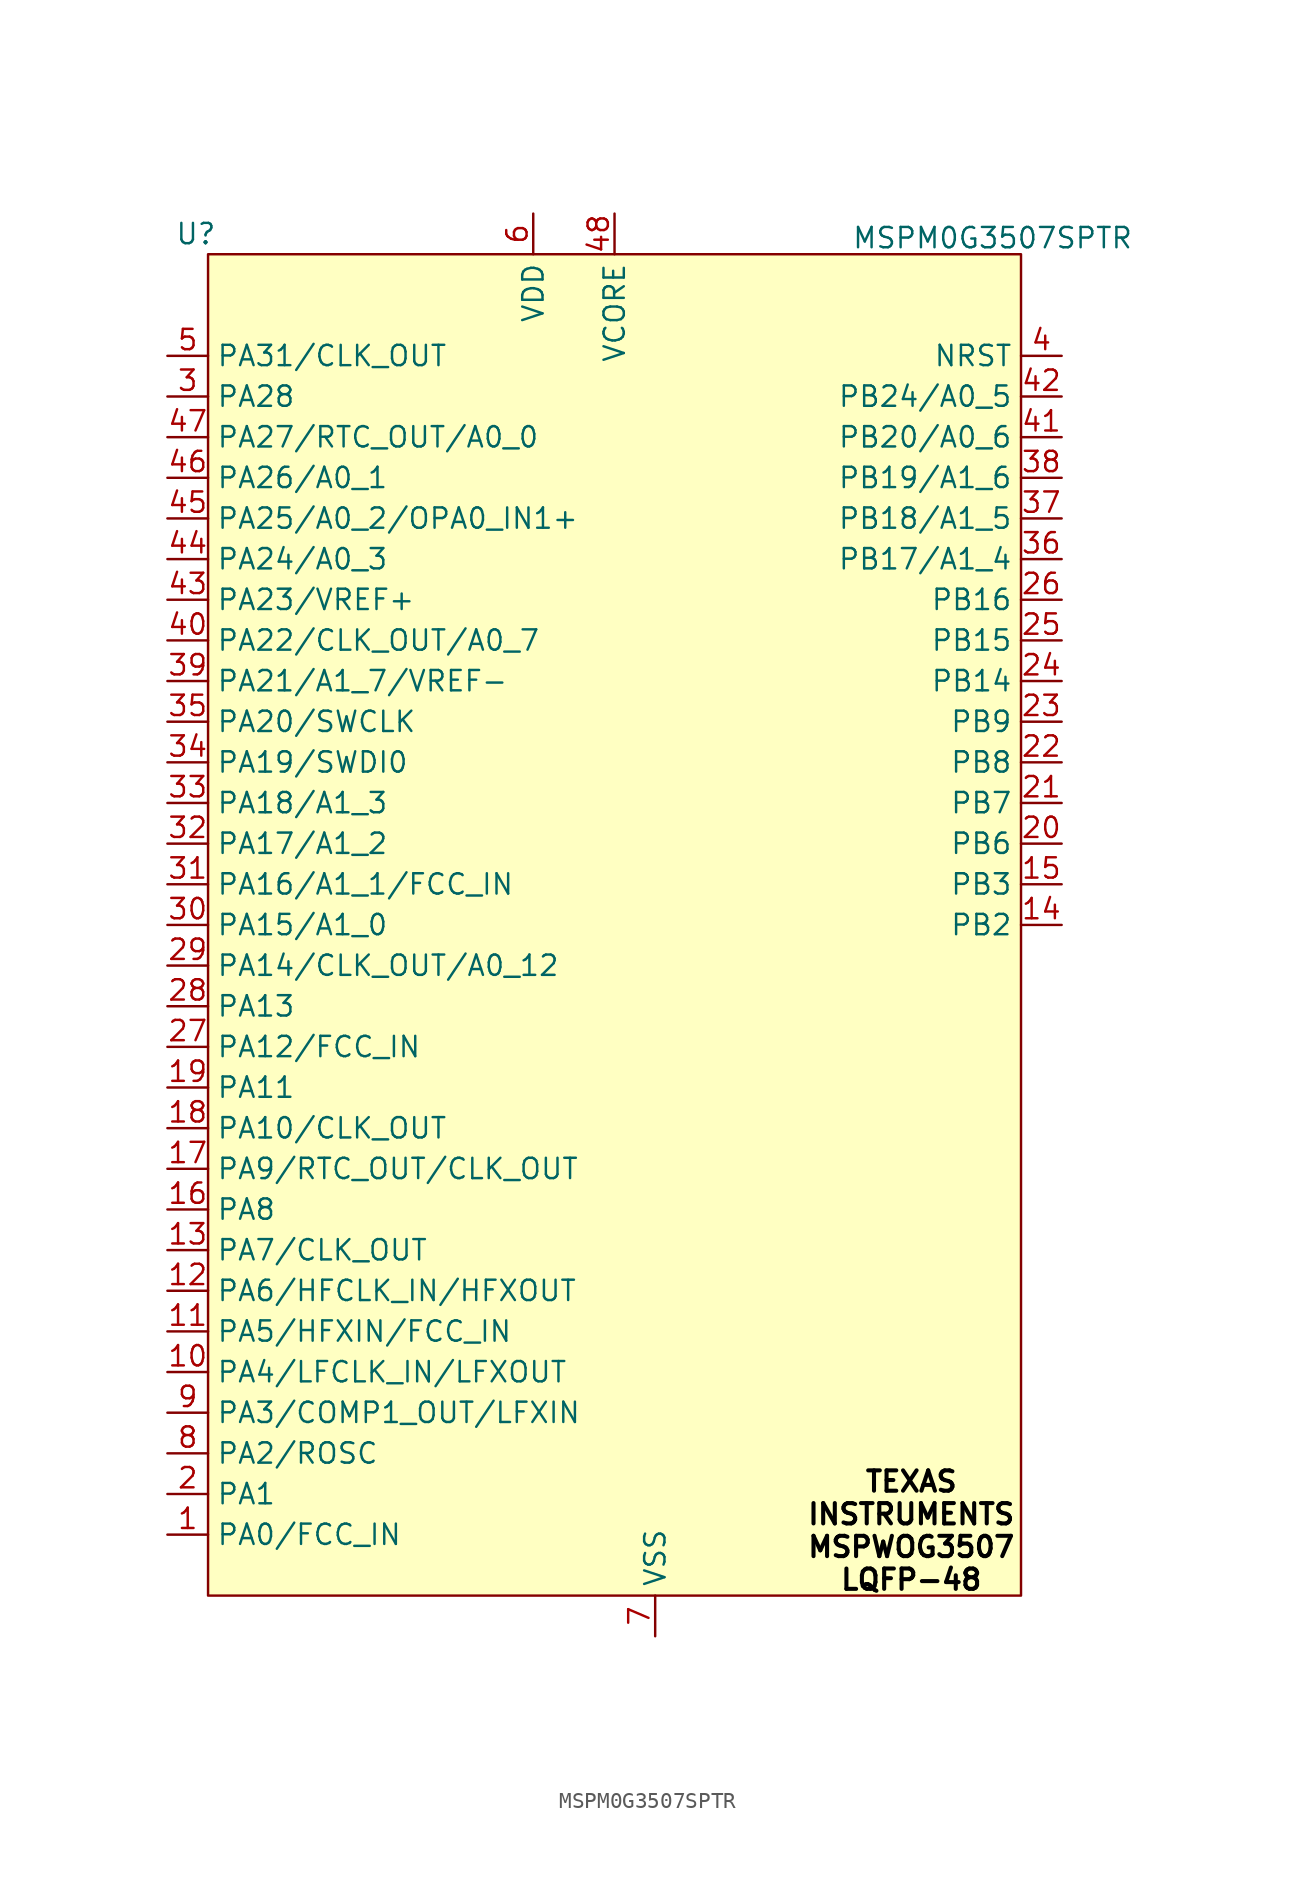
<source format=kicad_sym>
(kicad_symbol_lib
  (version 20241209)
  (generator "kicad_symbol_editor")
  (generator_version "9.0")
  (symbol "MSPM0G3507SPTR"
    (property "Reference" "U"
      (at -0.762 1.27 0)
      (effects (font (size 1.27 1.27))))
    (property "Value" "MSPM0G3507SPTR"
      (at 49.022 1.016 0)
      (effects (font (size 1.27 1.27))))
    (symbol "MSPM0G3507SPTR_0_0"
      (pin bidirectional line (at -2.54 -6.35 0) (length 2.54) (name "PA31/CLK_OUT" (effects (font (size 1.27 1.27)))) (number "5" (effects (font (size 1.27 1.27)))))
      (pin bidirectional line (at -2.54 -8.89 0) (length 2.54) (name "PA28" (effects (font (size 1.27 1.27)))) (number "3" (effects (font (size 1.27 1.27)))))
      (pin bidirectional line (at -2.54 -11.43 0) (length 2.54) (name "PA27/RTC_OUT/A0_0" (effects (font (size 1.27 1.27)))) (number "47" (effects (font (size 1.27 1.27)))))
      (pin bidirectional line (at -2.54 -13.97 0) (length 2.54) (name "PA26/A0_1" (effects (font (size 1.27 1.27)))) (number "46" (effects (font (size 1.27 1.27)))))
      (pin bidirectional line (at -2.54 -16.51 0) (length 2.54) (name "PA25/A0_2/OPA0_IN1+" (effects (font (size 1.27 1.27)))) (number "45" (effects (font (size 1.27 1.27)))))
      (pin bidirectional line (at -2.54 -19.05 0) (length 2.54) (name "PA24/A0_3" (effects (font (size 1.27 1.27)))) (number "44" (effects (font (size 1.27 1.27)))))
      (pin bidirectional line (at -2.54 -21.59 0) (length 2.54) (name "PA23/VREF+" (effects (font (size 1.27 1.27)))) (number "43" (effects (font (size 1.27 1.27)))))
      (pin bidirectional line (at -2.54 -24.13 0) (length 2.54) (name "PA22/CLK_OUT/A0_7" (effects (font (size 1.27 1.27)))) (number "40" (effects (font (size 1.27 1.27)))))
      (pin bidirectional line (at -2.54 -26.67 0) (length 2.54) (name "PA21/A1_7/VREF-" (effects (font (size 1.27 1.27)))) (number "39" (effects (font (size 1.27 1.27)))))
      (pin bidirectional line (at -2.54 -29.21 0) (length 2.54) (name "PA20/SWCLK" (effects (font (size 1.27 1.27)))) (number "35" (effects (font (size 1.27 1.27)))))
      (pin bidirectional line (at -2.54 -31.75 0) (length 2.54) (name "PA19/SWDI0" (effects (font (size 1.27 1.27)))) (number "34" (effects (font (size 1.27 1.27)))))
      (pin bidirectional line (at -2.54 -34.29 0) (length 2.54) (name "PA18/A1_3" (effects (font (size 1.27 1.27)))) (number "33" (effects (font (size 1.27 1.27)))))
      (pin bidirectional line (at -2.54 -36.83 0) (length 2.54) (name "PA17/A1_2" (effects (font (size 1.27 1.27)))) (number "32" (effects (font (size 1.27 1.27)))))
      (pin bidirectional line (at -2.54 -39.37 0) (length 2.54) (name "PA16/A1_1/FCC_IN" (effects (font (size 1.27 1.27)))) (number "31" (effects (font (size 1.27 1.27)))))
      (pin bidirectional line (at -2.54 -41.91 0) (length 2.54) (name "PA15/A1_0" (effects (font (size 1.27 1.27)))) (number "30" (effects (font (size 1.27 1.27)))))
      (pin bidirectional line (at -2.54 -44.45 0) (length 2.54) (name "PA14/CLK_OUT/A0_12" (effects (font (size 1.27 1.27)))) (number "29" (effects (font (size 1.27 1.27)))))
      (pin bidirectional line (at -2.54 -46.99 0) (length 2.54) (name "PA13" (effects (font (size 1.27 1.27)))) (number "28" (effects (font (size 1.27 1.27)))))
      (pin bidirectional line (at -2.54 -49.53 0) (length 2.54) (name "PA12/FCC_IN" (effects (font (size 1.27 1.27)))) (number "27" (effects (font (size 1.27 1.27)))))
      (pin bidirectional line (at -2.54 -52.07 0) (length 2.54) (name "PA11" (effects (font (size 1.27 1.27)))) (number "19" (effects (font (size 1.27 1.27)))))
      (pin bidirectional line (at -2.54 -54.61 0) (length 2.54) (name "PA10/CLK_OUT" (effects (font (size 1.27 1.27)))) (number "18" (effects (font (size 1.27 1.27)))))
      (pin bidirectional line (at -2.54 -57.15 0) (length 2.54) (name "PA9/RTC_OUT/CLK_OUT" (effects (font (size 1.27 1.27)))) (number "17" (effects (font (size 1.27 1.27)))))
      (pin bidirectional line (at -2.54 -59.69 0) (length 2.54) (name "PA8" (effects (font (size 1.27 1.27)))) (number "16" (effects (font (size 1.27 1.27)))))
      (pin bidirectional line (at -2.54 -62.23 0) (length 2.54) (name "PA7/CLK_OUT" (effects (font (size 1.27 1.27)))) (number "13" (effects (font (size 1.27 1.27)))))
      (pin bidirectional line (at -2.54 -64.77 0) (length 2.54) (name "PA6/HFCLK_IN/HFXOUT" (effects (font (size 1.27 1.27)))) (number "12" (effects (font (size 1.27 1.27)))))
      (pin bidirectional line (at -2.54 -67.31 0) (length 2.54) (name "PA5/HFXIN/FCC_IN" (effects (font (size 1.27 1.27)))) (number "11" (effects (font (size 1.27 1.27)))))
      (pin bidirectional line (at -2.54 -69.85 0) (length 2.54) (name "PA4/LFCLK_IN/LFXOUT" (effects (font (size 1.27 1.27)))) (number "10" (effects (font (size 1.27 1.27)))))
      (pin bidirectional line (at -2.54 -72.39 0) (length 2.54) (name "PA3/COMP1_OUT/LFXIN" (effects (font (size 1.27 1.27)))) (number "9" (effects (font (size 1.27 1.27)))))
      (pin bidirectional line (at -2.54 -74.93 0) (length 2.54) (name "PA2/ROSC" (effects (font (size 1.27 1.27)))) (number "8" (effects (font (size 1.27 1.27)))))
      (pin bidirectional line (at -2.54 -77.47 0) (length 2.54) (name "PA1" (effects (font (size 1.27 1.27)))) (number "2" (effects (font (size 1.27 1.27)))))
      (pin bidirectional line (at -2.54 -80.01 0) (length 2.54) (name "PA0/FCC_IN" (effects (font (size 1.27 1.27)))) (number "1" (effects (font (size 1.27 1.27)))))
      (pin power_in line (at 20.32 2.54 270) (length 2.54) (name "VDD" (effects (font (size 1.27 1.27)))) (number "6" (effects (font (size 1.27 1.27)))))
      (pin power_out line (at 25.4 2.54 270) (length 2.54) (name "VCORE" (effects (font (size 1.27 1.27)))) (number "48" (effects (font (size 1.27 1.27)))))
      (pin power_in line (at 27.94 -86.36 90) (length 2.54) (name "VSS" (effects (font (size 1.27 1.27)))) (number "7" (effects (font (size 1.27 1.27)))))
      (pin input line (at 53.34 -6.35 180) (length 2.54) (name "NRST" (effects (font (size 1.27 1.27)))) (number "4" (effects (font (size 1.27 1.27)))))
      (pin bidirectional line (at 53.34 -8.89 180) (length 2.54) (name "PB24/A0_5" (effects (font (size 1.27 1.27)))) (number "42" (effects (font (size 1.27 1.27)))))
      (pin bidirectional line (at 53.34 -11.43 180) (length 2.54) (name "PB20/A0_6" (effects (font (size 1.27 1.27)))) (number "41" (effects (font (size 1.27 1.27)))))
      (pin bidirectional line (at 53.34 -13.97 180) (length 2.54) (name "PB19/A1_6" (effects (font (size 1.27 1.27)))) (number "38" (effects (font (size 1.27 1.27)))))
      (pin bidirectional line (at 53.34 -16.51 180) (length 2.54) (name "PB18/A1_5" (effects (font (size 1.27 1.27)))) (number "37" (effects (font (size 1.27 1.27)))))
      (pin bidirectional line (at 53.34 -19.05 180) (length 2.54) (name "PB17/A1_4" (effects (font (size 1.27 1.27)))) (number "36" (effects (font (size 1.27 1.27)))))
      (pin bidirectional line (at 53.34 -21.59 180) (length 2.54) (name "PB16" (effects (font (size 1.27 1.27)))) (number "26" (effects (font (size 1.27 1.27)))))
      (pin bidirectional line (at 53.34 -24.13 180) (length 2.54) (name "PB15" (effects (font (size 1.27 1.27)))) (number "25" (effects (font (size 1.27 1.27)))))
      (pin bidirectional line (at 53.34 -26.67 180) (length 2.54) (name "PB14" (effects (font (size 1.27 1.27)))) (number "24" (effects (font (size 1.27 1.27)))))
      (pin bidirectional line (at 53.34 -29.21 180) (length 2.54) (name "PB9" (effects (font (size 1.27 1.27)))) (number "23" (effects (font (size 1.27 1.27)))))
      (pin bidirectional line (at 53.34 -31.75 180) (length 2.54) (name "PB8" (effects (font (size 1.27 1.27)))) (number "22" (effects (font (size 1.27 1.27)))))
      (pin bidirectional line (at 53.34 -34.29 180) (length 2.54) (name "PB7" (effects (font (size 1.27 1.27)))) (number "21" (effects (font (size 1.27 1.27)))))
      (pin bidirectional line (at 53.34 -36.83 180) (length 2.54) (name "PB6" (effects (font (size 1.27 1.27)))) (number "20" (effects (font (size 1.27 1.27)))))
      (pin bidirectional line (at 53.34 -39.37 180) (length 2.54) (name "PB3" (effects (font (size 1.27 1.27)))) (number "15" (effects (font (size 1.27 1.27)))))
      (pin bidirectional line (at 53.34 -41.91 180) (length 2.54) (name "PB2" (effects (font (size 1.27 1.27)))) (number "14" (effects (font (size 1.27 1.27))))))
    (symbol "MSPM0G3507SPTR_1_1"
      (rectangle (start 0 0) (end 50.8 -83.82) (stroke (width 0) (type solid)) (fill (type background)))
      (text "TEXAS\nINSTRUMENTS\nMSPWOG3507\nLQFP-48" (at 43.942 -79.756 0) (effects (font (size 1.27 1.27) (thickness 0.254) (bold yes) (color 0 0 0 1)))))))
</source>
